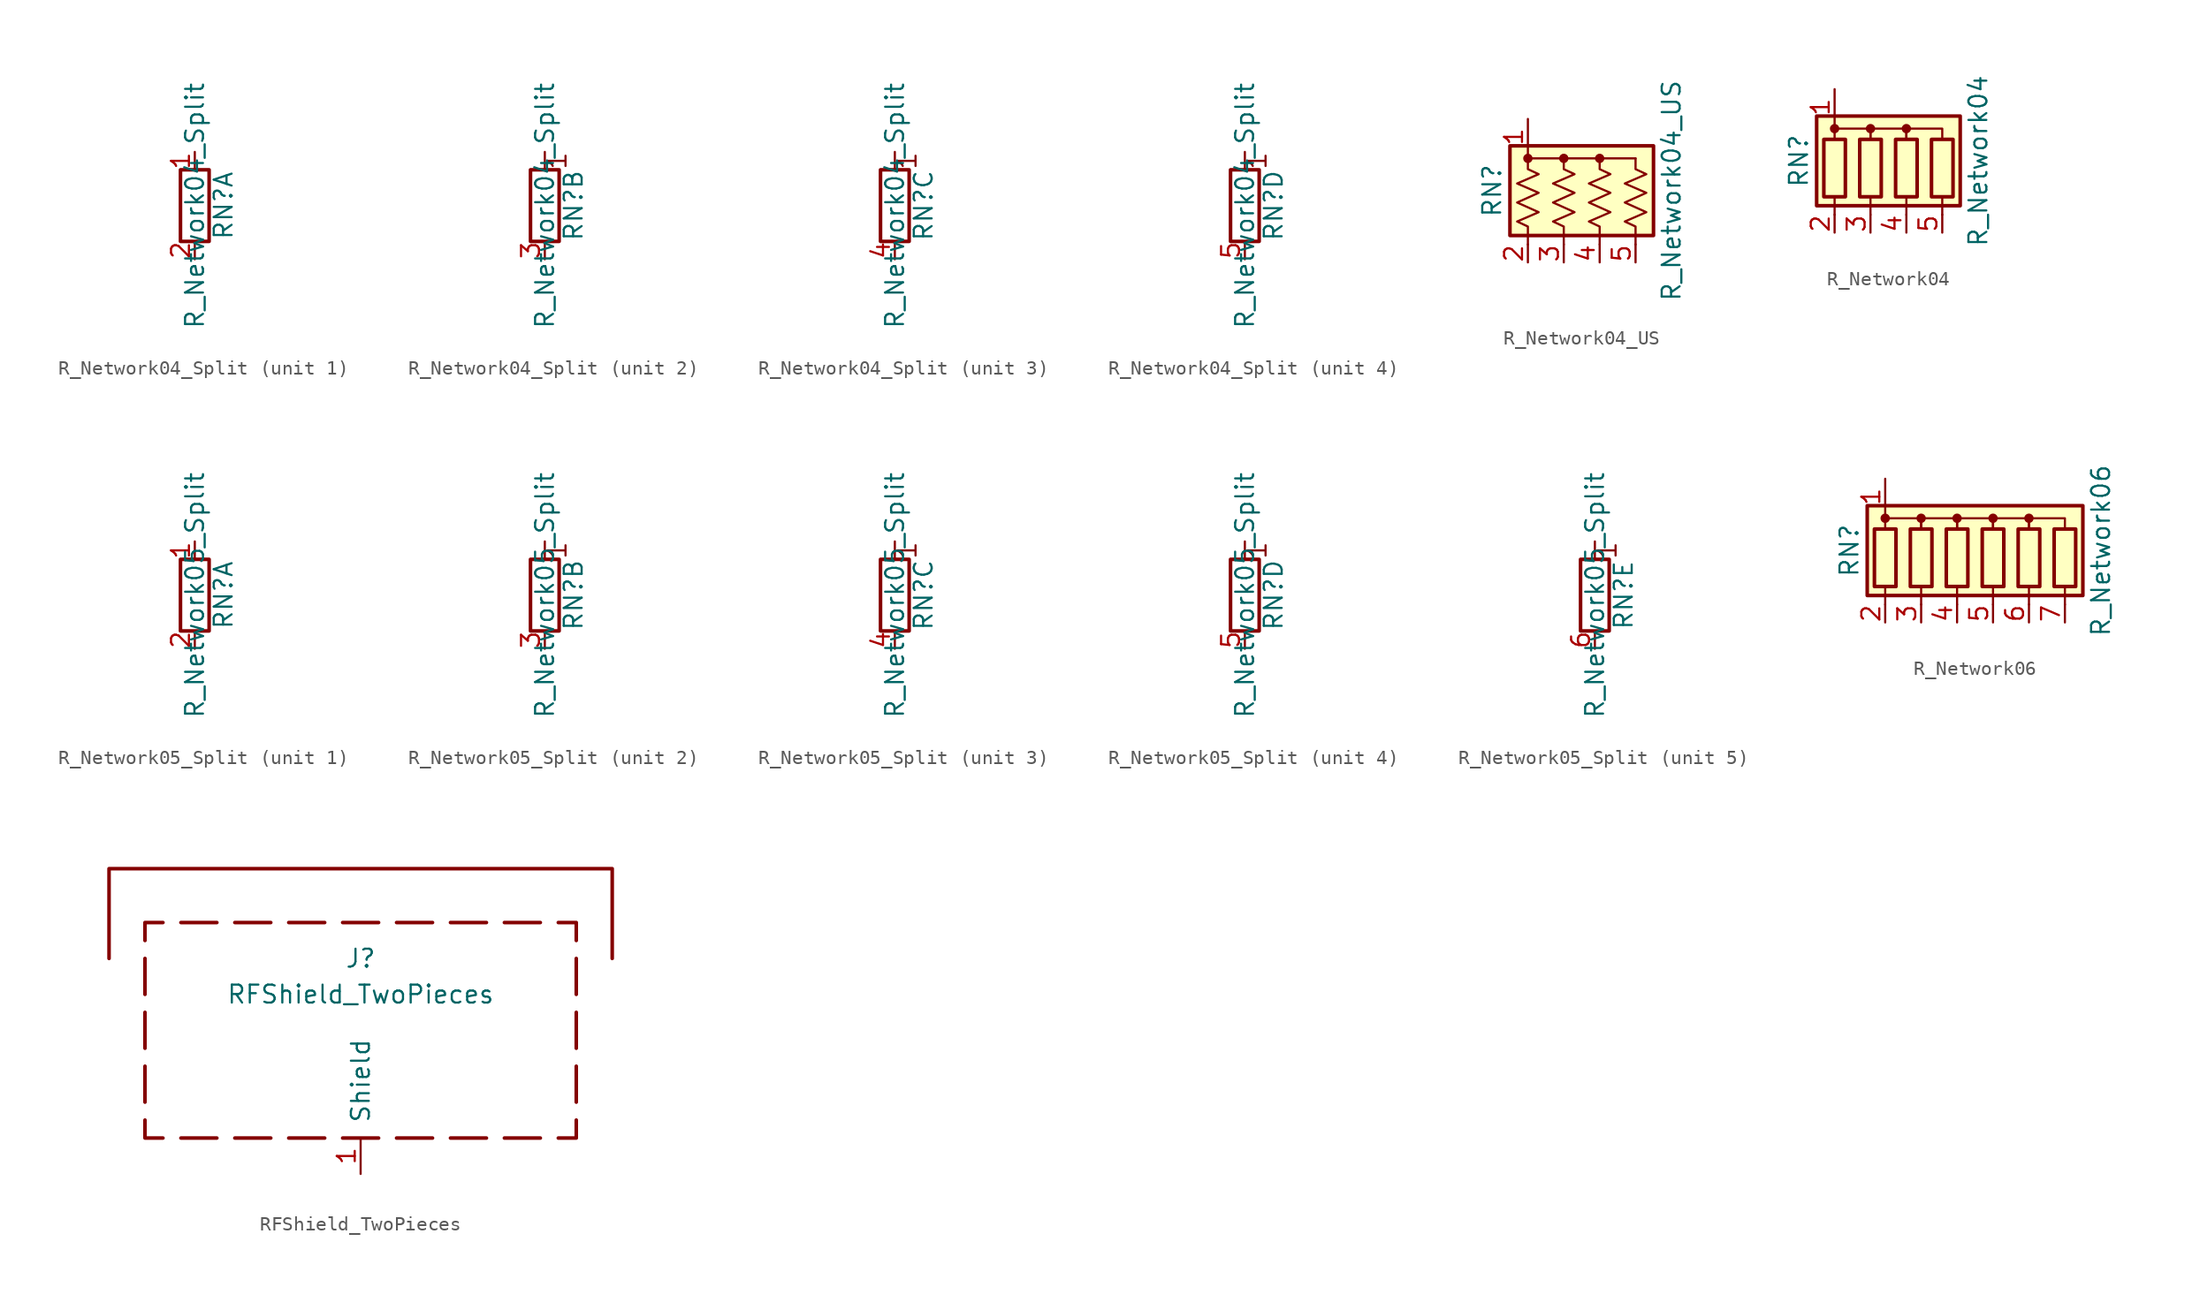
<source format=kicad_sym>
(kicad_symbol_lib
  (version 20211014)
  (generator kicad_symbol_editor)
  (symbol "R_Network04_Split"
    (pin_names
      (offset 0) hide)
    (property "Reference" "RN"
      (at 2.032 0 90)
      (effects (font (size 1.27 1.27))))
    (property "Value" "R_Network04_Split"
      (at 0 0 90)
      (effects (font (size 1.27 1.27))))
    (symbol "R_Network04_Split_0_1"
      (rectangle (start 1.016 2.54) (end -1.016 -2.54) (stroke (width 0.254) (type default) (color 0 0 0 0)) (fill (type none))))
    (symbol "R_Network04_Split_1_1"
      (pin passive line (at 0 3.81 270) (length 1.27) (name "R1.1" (effects (font (size 1.27 1.27)))) (number "1" (effects (font (size 1.27 1.27)))))
      (pin passive line (at 0 -3.81 90) (length 1.27) (name "R1.2" (effects (font (size 1.27 1.27)))) (number "2" (effects (font (size 1.27 1.27))))))
    (symbol "R_Network04_Split_2_1"
      (polyline (pts (xy 0 2.54) (xy 0 3.81)) (stroke (width 0) (type default) (color 0 0 0 0)) (fill (type none)))
      (text "1" (at 0.889 3.175 900) (effects (font (size 1.27 1.27))))
      (pin passive line (at 0 -3.81 90) (length 1.27) (name "R2.2" (effects (font (size 1.27 1.27)))) (number "3" (effects (font (size 1.27 1.27))))))
    (symbol "R_Network04_Split_3_1"
      (polyline (pts (xy 0 2.54) (xy 0 3.81)) (stroke (width 0) (type default) (color 0 0 0 0)) (fill (type none)))
      (text "1" (at 0.889 3.175 900) (effects (font (size 1.27 1.27))))
      (pin passive line (at 0 -3.81 90) (length 1.27) (name "R3.2" (effects (font (size 1.27 1.27)))) (number "4" (effects (font (size 1.27 1.27))))))
    (symbol "R_Network04_Split_4_1"
      (polyline (pts (xy 0 2.54) (xy 0 3.81)) (stroke (width 0) (type default) (color 0 0 0 0)) (fill (type none)))
      (text "1" (at 0.889 3.175 900) (effects (font (size 1.27 1.27))))
      (pin passive line (at 0 -3.81 90) (length 1.27) (name "R4.2" (effects (font (size 1.27 1.27)))) (number "5" (effects (font (size 1.27 1.27)))))))
  (symbol "R_Network04_US"
    (pin_names
      (offset 0) hide)
    (property "Reference" "RN"
      (at -7.62 0 90)
      (effects (font (size 1.27 1.27))))
    (property "Value" "R_Network04_US"
      (at 5.08 0 90)
      (effects (font (size 1.27 1.27))))
    (symbol "R_Network04_US_0_1"
      (rectangle (start -6.35 -3.175) (end 3.81 3.175) (stroke (width 0.254) (type default) (color 0 0 0 0)) (fill (type background)))
      (circle (center -5.08 2.286) (radius 0.254) (stroke (width 0) (type default) (color 0 0 0 0)) (fill (type outline)))
      (circle (center -2.54 2.286) (radius 0.254) (stroke (width 0) (type default) (color 0 0 0 0)) (fill (type outline)))
      (polyline (pts (xy -5.08 2.286) (xy 2.54 2.286)) (stroke (width 0) (type default) (color 0 0 0 0)) (fill (type none)))
      (polyline (pts (xy -5.08 2.286) (xy -5.08 1.524) (xy -4.318 1.168) (xy -5.842 0.508) (xy -4.318 -0.152) (xy -5.842 -0.838) (xy -4.318 -1.524) (xy -5.842 -2.184) (xy -5.08 -2.54) (xy -5.08 -3.81)) (stroke (width 0) (type default) (color 0 0 0 0)) (fill (type none)))
      (polyline (pts (xy -2.54 2.286) (xy -2.54 1.524) (xy -1.778 1.168) (xy -3.302 0.508) (xy -1.778 -0.152) (xy -3.302 -0.838) (xy -1.778 -1.524) (xy -3.302 -2.184) (xy -2.54 -2.54) (xy -2.54 -3.81)) (stroke (width 0) (type default) (color 0 0 0 0)) (fill (type none)))
      (polyline (pts (xy 0 2.286) (xy 0 1.524) (xy 0.762 1.168) (xy -0.762 0.508) (xy 0.762 -0.152) (xy -0.762 -0.838) (xy 0.762 -1.524) (xy -0.762 -2.184) (xy 0 -2.54) (xy 0 -3.81)) (stroke (width 0) (type default) (color 0 0 0 0)) (fill (type none)))
      (polyline (pts (xy 2.54 2.286) (xy 2.54 1.524) (xy 3.302 1.168) (xy 1.778 0.508) (xy 3.302 -0.152) (xy 1.778 -0.838) (xy 3.302 -1.524) (xy 1.778 -2.184) (xy 2.54 -2.54) (xy 2.54 -3.81)) (stroke (width 0) (type default) (color 0 0 0 0)) (fill (type none)))
      (circle (center 0 2.286) (radius 0.254) (stroke (width 0) (type default) (color 0 0 0 0)) (fill (type outline))))
    (symbol "R_Network04_US_1_1"
      (pin passive line (at -5.08 5.08 270) (length 2.54) (name "common" (effects (font (size 1.27 1.27)))) (number "1" (effects (font (size 1.27 1.27)))))
      (pin passive line (at -5.08 -5.08 90) (length 1.27) (name "R1" (effects (font (size 1.27 1.27)))) (number "2" (effects (font (size 1.27 1.27)))))
      (pin passive line (at -2.54 -5.08 90) (length 1.27) (name "R2" (effects (font (size 1.27 1.27)))) (number "3" (effects (font (size 1.27 1.27)))))
      (pin passive line (at 0 -5.08 90) (length 1.27) (name "R3" (effects (font (size 1.27 1.27)))) (number "4" (effects (font (size 1.27 1.27)))))
      (pin passive line (at 2.54 -5.08 90) (length 1.27) (name "R4" (effects (font (size 1.27 1.27)))) (number "5" (effects (font (size 1.27 1.27)))))))
  (symbol "R_Network04"
    (pin_names
      (offset 0) hide)
    (property "Reference" "RN"
      (at -7.62 0 90)
      (effects (font (size 1.27 1.27))))
    (property "Value" "R_Network04"
      (at 5.08 0 90)
      (effects (font (size 1.27 1.27))))
    (symbol "R_Network04_0_1"
      (rectangle (start -6.35 -3.175) (end 3.81 3.175) (stroke (width 0.254) (type default) (color 0 0 0 0)) (fill (type background)))
      (rectangle (start -5.842 1.524) (end -4.318 -2.54) (stroke (width 0.254) (type default) (color 0 0 0 0)) (fill (type none)))
      (circle (center -5.08 2.286) (radius 0.254) (stroke (width 0) (type default) (color 0 0 0 0)) (fill (type outline)))
      (rectangle (start -3.302 1.524) (end -1.778 -2.54) (stroke (width 0.254) (type default) (color 0 0 0 0)) (fill (type none)))
      (circle (center -2.54 2.286) (radius 0.254) (stroke (width 0) (type default) (color 0 0 0 0)) (fill (type outline)))
      (rectangle (start -0.762 1.524) (end 0.762 -2.54) (stroke (width 0.254) (type default) (color 0 0 0 0)) (fill (type none)))
      (polyline (pts (xy -5.08 -2.54) (xy -5.08 -3.81)) (stroke (width 0) (type default) (color 0 0 0 0)) (fill (type none)))
      (polyline (pts (xy -2.54 -2.54) (xy -2.54 -3.81)) (stroke (width 0) (type default) (color 0 0 0 0)) (fill (type none)))
      (polyline (pts (xy 0 -2.54) (xy 0 -3.81)) (stroke (width 0) (type default) (color 0 0 0 0)) (fill (type none)))
      (polyline (pts (xy 2.54 -2.54) (xy 2.54 -3.81)) (stroke (width 0) (type default) (color 0 0 0 0)) (fill (type none)))
      (polyline (pts (xy -5.08 1.524) (xy -5.08 2.286) (xy -2.54 2.286) (xy -2.54 1.524)) (stroke (width 0) (type default) (color 0 0 0 0)) (fill (type none)))
      (polyline (pts (xy -2.54 1.524) (xy -2.54 2.286) (xy 0 2.286) (xy 0 1.524)) (stroke (width 0) (type default) (color 0 0 0 0)) (fill (type none)))
      (polyline (pts (xy 0 1.524) (xy 0 2.286) (xy 2.54 2.286) (xy 2.54 1.524)) (stroke (width 0) (type default) (color 0 0 0 0)) (fill (type none)))
      (circle (center 0 2.286) (radius 0.254) (stroke (width 0) (type default) (color 0 0 0 0)) (fill (type outline)))
      (rectangle (start 1.778 1.524) (end 3.302 -2.54) (stroke (width 0.254) (type default) (color 0 0 0 0)) (fill (type none))))
    (symbol "R_Network04_1_1"
      (pin passive line (at -5.08 5.08 270) (length 2.54) (name "common" (effects (font (size 1.27 1.27)))) (number "1" (effects (font (size 1.27 1.27)))))
      (pin passive line (at -5.08 -5.08 90) (length 1.27) (name "R1" (effects (font (size 1.27 1.27)))) (number "2" (effects (font (size 1.27 1.27)))))
      (pin passive line (at -2.54 -5.08 90) (length 1.27) (name "R2" (effects (font (size 1.27 1.27)))) (number "3" (effects (font (size 1.27 1.27)))))
      (pin passive line (at 0 -5.08 90) (length 1.27) (name "R3" (effects (font (size 1.27 1.27)))) (number "4" (effects (font (size 1.27 1.27)))))
      (pin passive line (at 2.54 -5.08 90) (length 1.27) (name "R4" (effects (font (size 1.27 1.27)))) (number "5" (effects (font (size 1.27 1.27)))))))
  (symbol "R_Network05_Split"
    (pin_names
      (offset 0) hide)
    (property "Reference" "RN"
      (at 2.032 0 90)
      (effects (font (size 1.27 1.27))))
    (property "Value" "R_Network05_Split"
      (at 0 0 90)
      (effects (font (size 1.27 1.27))))
    (symbol "R_Network05_Split_0_1"
      (rectangle (start 1.016 2.54) (end -1.016 -2.54) (stroke (width 0.254) (type default) (color 0 0 0 0)) (fill (type none))))
    (symbol "R_Network05_Split_1_1"
      (pin passive line (at 0 3.81 270) (length 1.27) (name "R1.1" (effects (font (size 1.27 1.27)))) (number "1" (effects (font (size 1.27 1.27)))))
      (pin passive line (at 0 -3.81 90) (length 1.27) (name "R1.2" (effects (font (size 1.27 1.27)))) (number "2" (effects (font (size 1.27 1.27))))))
    (symbol "R_Network05_Split_2_1"
      (polyline (pts (xy 0 2.54) (xy 0 3.81)) (stroke (width 0) (type default) (color 0 0 0 0)) (fill (type none)))
      (text "1" (at 0.889 3.175 900) (effects (font (size 1.27 1.27))))
      (pin passive line (at 0 -3.81 90) (length 1.27) (name "R2.2" (effects (font (size 1.27 1.27)))) (number "3" (effects (font (size 1.27 1.27))))))
    (symbol "R_Network05_Split_3_1"
      (polyline (pts (xy 0 2.54) (xy 0 3.81)) (stroke (width 0) (type default) (color 0 0 0 0)) (fill (type none)))
      (text "1" (at 0.889 3.175 900) (effects (font (size 1.27 1.27))))
      (pin passive line (at 0 -3.81 90) (length 1.27) (name "R3.2" (effects (font (size 1.27 1.27)))) (number "4" (effects (font (size 1.27 1.27))))))
    (symbol "R_Network05_Split_4_1"
      (polyline (pts (xy 0 2.54) (xy 0 3.81)) (stroke (width 0) (type default) (color 0 0 0 0)) (fill (type none)))
      (text "1" (at 0.889 3.175 900) (effects (font (size 1.27 1.27))))
      (pin passive line (at 0 -3.81 90) (length 1.27) (name "R4.2" (effects (font (size 1.27 1.27)))) (number "5" (effects (font (size 1.27 1.27))))))
    (symbol "R_Network05_Split_5_1"
      (polyline (pts (xy 0 2.54) (xy 0 3.81)) (stroke (width 0) (type default) (color 0 0 0 0)) (fill (type none)))
      (text "1" (at 0.889 3.175 900) (effects (font (size 1.27 1.27))))
      (pin passive line (at 0 -3.81 90) (length 1.27) (name "R5.2" (effects (font (size 1.27 1.27)))) (number "6" (effects (font (size 1.27 1.27)))))))
  (symbol "R_Network06"
    (pin_names
      (offset 0) hide)
    (property "Reference" "RN"
      (at -10.16 0 90)
      (effects (font (size 1.27 1.27))))
    (property "Value" "R_Network06"
      (at 7.62 0 90)
      (effects (font (size 1.27 1.27))))
    (symbol "R_Network06_0_1"
      (rectangle (start -8.89 -3.175) (end 6.35 3.175) (stroke (width 0.254) (type default) (color 0 0 0 0)) (fill (type background)))
      (rectangle (start -8.382 1.524) (end -6.858 -2.54) (stroke (width 0.254) (type default) (color 0 0 0 0)) (fill (type none)))
      (circle (center -7.62 2.286) (radius 0.254) (stroke (width 0) (type default) (color 0 0 0 0)) (fill (type outline)))
      (rectangle (start -5.842 1.524) (end -4.318 -2.54) (stroke (width 0.254) (type default) (color 0 0 0 0)) (fill (type none)))
      (circle (center -5.08 2.286) (radius 0.254) (stroke (width 0) (type default) (color 0 0 0 0)) (fill (type outline)))
      (rectangle (start -3.302 1.524) (end -1.778 -2.54) (stroke (width 0.254) (type default) (color 0 0 0 0)) (fill (type none)))
      (circle (center -2.54 2.286) (radius 0.254) (stroke (width 0) (type default) (color 0 0 0 0)) (fill (type outline)))
      (rectangle (start -0.762 1.524) (end 0.762 -2.54) (stroke (width 0.254) (type default) (color 0 0 0 0)) (fill (type none)))
      (polyline (pts (xy -7.62 -2.54) (xy -7.62 -3.81)) (stroke (width 0) (type default) (color 0 0 0 0)) (fill (type none)))
      (polyline (pts (xy -5.08 -2.54) (xy -5.08 -3.81)) (stroke (width 0) (type default) (color 0 0 0 0)) (fill (type none)))
      (polyline (pts (xy -2.54 -2.54) (xy -2.54 -3.81)) (stroke (width 0) (type default) (color 0 0 0 0)) (fill (type none)))
      (polyline (pts (xy 0 -2.54) (xy 0 -3.81)) (stroke (width 0) (type default) (color 0 0 0 0)) (fill (type none)))
      (polyline (pts (xy 2.54 -2.54) (xy 2.54 -3.81)) (stroke (width 0) (type default) (color 0 0 0 0)) (fill (type none)))
      (polyline (pts (xy 5.08 -2.54) (xy 5.08 -3.81)) (stroke (width 0) (type default) (color 0 0 0 0)) (fill (type none)))
      (polyline (pts (xy -7.62 1.524) (xy -7.62 2.286) (xy -5.08 2.286) (xy -5.08 1.524)) (stroke (width 0) (type default) (color 0 0 0 0)) (fill (type none)))
      (polyline (pts (xy -5.08 1.524) (xy -5.08 2.286) (xy -2.54 2.286) (xy -2.54 1.524)) (stroke (width 0) (type default) (color 0 0 0 0)) (fill (type none)))
      (polyline (pts (xy -2.54 1.524) (xy -2.54 2.286) (xy 0 2.286) (xy 0 1.524)) (stroke (width 0) (type default) (color 0 0 0 0)) (fill (type none)))
      (polyline (pts (xy 0 1.524) (xy 0 2.286) (xy 2.54 2.286) (xy 2.54 1.524)) (stroke (width 0) (type default) (color 0 0 0 0)) (fill (type none)))
      (polyline (pts (xy 2.54 1.524) (xy 2.54 2.286) (xy 5.08 2.286) (xy 5.08 1.524)) (stroke (width 0) (type default) (color 0 0 0 0)) (fill (type none)))
      (circle (center 0 2.286) (radius 0.254) (stroke (width 0) (type default) (color 0 0 0 0)) (fill (type outline)))
      (rectangle (start 1.778 1.524) (end 3.302 -2.54) (stroke (width 0.254) (type default) (color 0 0 0 0)) (fill (type none)))
      (circle (center 2.54 2.286) (radius 0.254) (stroke (width 0) (type default) (color 0 0 0 0)) (fill (type outline)))
      (rectangle (start 4.318 1.524) (end 5.842 -2.54) (stroke (width 0.254) (type default) (color 0 0 0 0)) (fill (type none))))
    (symbol "R_Network06_1_1"
      (pin passive line (at -7.62 5.08 270) (length 2.54) (name "common" (effects (font (size 1.27 1.27)))) (number "1" (effects (font (size 1.27 1.27)))))
      (pin passive line (at -7.62 -5.08 90) (length 1.27) (name "R1" (effects (font (size 1.27 1.27)))) (number "2" (effects (font (size 1.27 1.27)))))
      (pin passive line (at -5.08 -5.08 90) (length 1.27) (name "R2" (effects (font (size 1.27 1.27)))) (number "3" (effects (font (size 1.27 1.27)))))
      (pin passive line (at -2.54 -5.08 90) (length 1.27) (name "R3" (effects (font (size 1.27 1.27)))) (number "4" (effects (font (size 1.27 1.27)))))
      (pin passive line (at 0 -5.08 90) (length 1.27) (name "R4" (effects (font (size 1.27 1.27)))) (number "5" (effects (font (size 1.27 1.27)))))
      (pin passive line (at 2.54 -5.08 90) (length 1.27) (name "R5" (effects (font (size 1.27 1.27)))) (number "6" (effects (font (size 1.27 1.27)))))
      (pin passive line (at 5.08 -5.08 90) (length 1.27) (name "R6" (effects (font (size 1.27 1.27)))) (number "7" (effects (font (size 1.27 1.27)))))))
  (symbol "RFShield_TwoPieces"
    (pin_names
      (offset 1.016))
    (property "Reference" "J"
      (at 0 5.08 0)
      (effects (font (size 1.27 1.27))))
    (property "Value" "RFShield_TwoPieces"
      (at 0 2.54 0)
      (effects (font (size 1.27 1.27))))
    (symbol "RFShield_TwoPieces_0_1"
      (polyline (pts (xy -15.24 -5.08) (xy -15.24 -2.54)) (stroke (width 0.254) (type default) (color 0 0 0 0)) (fill (type none)))
      (polyline (pts (xy -15.24 -1.27) (xy -15.24 1.27)) (stroke (width 0.254) (type default) (color 0 0 0 0)) (fill (type none)))
      (polyline (pts (xy -15.24 2.54) (xy -15.24 5.08)) (stroke (width 0.254) (type default) (color 0 0 0 0)) (fill (type none)))
      (polyline (pts (xy -12.7 7.62) (xy -10.16 7.62)) (stroke (width 0.254) (type default) (color 0 0 0 0)) (fill (type none)))
      (polyline (pts (xy -10.16 -7.62) (xy -12.7 -7.62)) (stroke (width 0.254) (type default) (color 0 0 0 0)) (fill (type none)))
      (polyline (pts (xy -6.35 -7.62) (xy -8.89 -7.62)) (stroke (width 0.254) (type default) (color 0 0 0 0)) (fill (type none)))
      (polyline (pts (xy -6.35 7.62) (xy -8.89 7.62)) (stroke (width 0.254) (type default) (color 0 0 0 0)) (fill (type none)))
      (polyline (pts (xy -2.54 -7.62) (xy -5.08 -7.62)) (stroke (width 0.254) (type default) (color 0 0 0 0)) (fill (type none)))
      (polyline (pts (xy -2.54 7.62) (xy -5.08 7.62)) (stroke (width 0.254) (type default) (color 0 0 0 0)) (fill (type none)))
      (polyline (pts (xy -1.27 -7.62) (xy 1.27 -7.62)) (stroke (width 0.254) (type default) (color 0 0 0 0)) (fill (type none)))
      (polyline (pts (xy 1.27 7.62) (xy -1.27 7.62)) (stroke (width 0.254) (type default) (color 0 0 0 0)) (fill (type none)))
      (polyline (pts (xy 2.54 -7.62) (xy 5.08 -7.62)) (stroke (width 0.254) (type default) (color 0 0 0 0)) (fill (type none)))
      (polyline (pts (xy 5.08 7.62) (xy 2.54 7.62)) (stroke (width 0.254) (type default) (color 0 0 0 0)) (fill (type none)))
      (polyline (pts (xy 6.35 -7.62) (xy 8.89 -7.62)) (stroke (width 0.254) (type default) (color 0 0 0 0)) (fill (type none)))
      (polyline (pts (xy 8.89 7.62) (xy 6.35 7.62)) (stroke (width 0.254) (type default) (color 0 0 0 0)) (fill (type none)))
      (polyline (pts (xy 10.16 -7.62) (xy 12.7 -7.62)) (stroke (width 0.254) (type default) (color 0 0 0 0)) (fill (type none)))
      (polyline (pts (xy 12.7 7.62) (xy 10.16 7.62)) (stroke (width 0.254) (type default) (color 0 0 0 0)) (fill (type none)))
      (polyline (pts (xy 15.24 -5.08) (xy 15.24 -2.54)) (stroke (width 0.254) (type default) (color 0 0 0 0)) (fill (type none)))
      (polyline (pts (xy 15.24 -1.27) (xy 15.24 1.27)) (stroke (width 0.254) (type default) (color 0 0 0 0)) (fill (type none)))
      (polyline (pts (xy 15.24 2.54) (xy 15.24 5.08)) (stroke (width 0.254) (type default) (color 0 0 0 0)) (fill (type none)))
      (polyline (pts (xy -15.24 6.35) (xy -15.24 7.62) (xy -13.97 7.62)) (stroke (width 0.254) (type default) (color 0 0 0 0)) (fill (type none)))
      (polyline (pts (xy -13.97 -7.62) (xy -15.24 -7.62) (xy -15.24 -6.35)) (stroke (width 0.254) (type default) (color 0 0 0 0)) (fill (type none)))
      (polyline (pts (xy 13.97 -7.62) (xy 15.24 -7.62) (xy 15.24 -6.35)) (stroke (width 0.254) (type default) (color 0 0 0 0)) (fill (type none)))
      (polyline (pts (xy 15.24 6.35) (xy 15.24 7.62) (xy 13.97 7.62)) (stroke (width 0.254) (type default) (color 0 0 0 0)) (fill (type none)))
      (polyline (pts (xy -17.78 5.08) (xy -17.78 11.43) (xy 17.78 11.43) (xy 17.78 5.08)) (stroke (width 0.254) (type default) (color 0 0 0 0)) (fill (type none))))
    (symbol "RFShield_TwoPieces_1_1"
      (pin passive line (at 0 -10.16 90) (length 2.54) (name "Shield" (effects (font (size 1.27 1.27)))) (number "1" (effects (font (size 1.27 1.27))))))))
</source>
